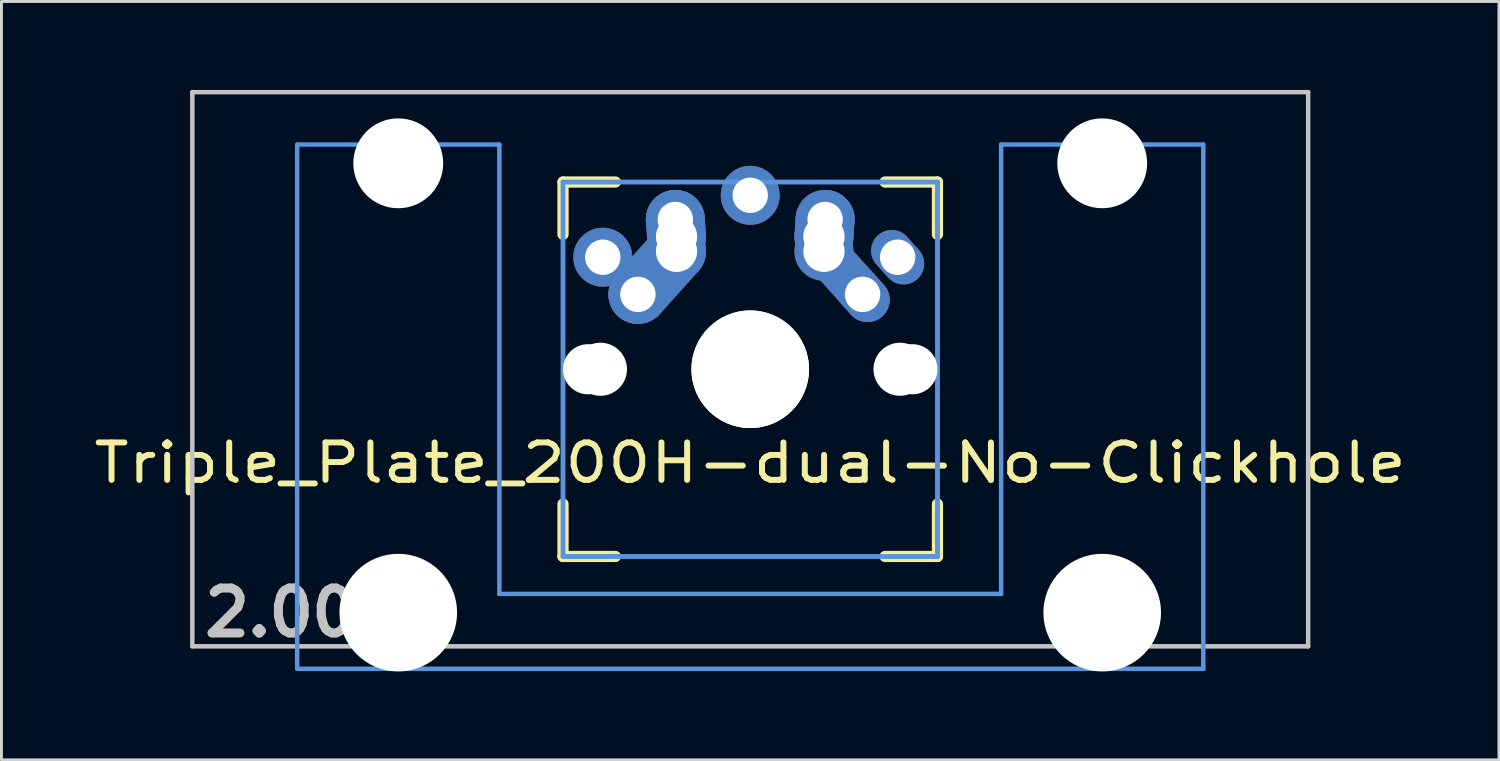
<source format=kicad_pcb>
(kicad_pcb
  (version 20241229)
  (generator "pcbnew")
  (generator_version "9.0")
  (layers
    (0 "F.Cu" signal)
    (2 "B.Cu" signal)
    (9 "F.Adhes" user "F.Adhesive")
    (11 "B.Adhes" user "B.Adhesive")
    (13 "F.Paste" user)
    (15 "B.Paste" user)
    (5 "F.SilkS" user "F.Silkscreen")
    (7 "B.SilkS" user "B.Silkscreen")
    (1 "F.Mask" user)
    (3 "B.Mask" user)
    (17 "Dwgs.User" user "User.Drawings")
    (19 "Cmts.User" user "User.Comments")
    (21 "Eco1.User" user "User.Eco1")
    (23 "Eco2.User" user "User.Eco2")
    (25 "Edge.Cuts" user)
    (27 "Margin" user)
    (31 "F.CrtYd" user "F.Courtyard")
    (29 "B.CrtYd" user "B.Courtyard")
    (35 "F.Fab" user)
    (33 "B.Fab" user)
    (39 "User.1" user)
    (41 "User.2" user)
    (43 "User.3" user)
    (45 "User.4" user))
  (footprint "Triple_Plate_200H-dual-No-Clickhole"
    (layer "F.Cu")
    (at 22.396 9.474)
    (property "Reference" "Triple_Plate_200H-dual-No-Clickhole" (at 0 3.175 0) (layer "F.SilkS") (effects (font (size 1.27 1.524) (thickness 0.203))))
    (attr through_hole)
    (fp_line (start -6.35 -6.35) (end -4.572 -6.35) (stroke (width 0.381) (type solid)) (layer "F.SilkS"))
    (fp_line (start -6.35 -4.572) (end -6.35 -6.35) (stroke (width 0.381) (type solid)) (layer "F.SilkS"))
    (fp_line (start -6.35 6.35) (end -6.35 4.572) (stroke (width 0.381) (type solid)) (layer "F.SilkS"))
    (fp_line (start -4.572 6.35) (end -6.35 6.35) (stroke (width 0.381) (type solid)) (layer "F.SilkS"))
    (fp_line (start 4.572 -6.35) (end 6.35 -6.35) (stroke (width 0.381) (type solid)) (layer "F.SilkS"))
    (fp_line (start 6.35 -6.35) (end 6.35 -4.572) (stroke (width 0.381) (type solid)) (layer "F.SilkS"))
    (fp_line (start 6.35 4.572) (end 6.35 6.35) (stroke (width 0.381) (type solid)) (layer "F.SilkS"))
    (fp_line (start 6.35 6.35) (end 4.572 6.35) (stroke (width 0.381) (type solid)) (layer "F.SilkS"))
    (fp_line (start -18.923 -9.398) (end 18.923 -9.398) (stroke (width 0.152) (type solid)) (layer "Dwgs.User"))
    (fp_line (start -18.923 9.398) (end -18.923 -9.398) (stroke (width 0.152) (type solid)) (layer "Dwgs.User"))
    (fp_line (start 18.923 -9.398) (end 18.923 9.398) (stroke (width 0.152) (type solid)) (layer "Dwgs.User"))
    (fp_line (start 18.923 9.398) (end -18.923 9.398) (stroke (width 0.152) (type solid)) (layer "Dwgs.User"))
    (fp_line (start -15.367 -7.62) (end -15.367 10.16) (stroke (width 0.152) (type solid)) (layer "Cmts.User"))
    (fp_line (start -15.367 10.16) (end 15.367 10.16) (stroke (width 0.152) (type solid)) (layer "Cmts.User"))
    (fp_line (start -8.509 -7.62) (end -15.367 -7.62) (stroke (width 0.152) (type solid)) (layer "Cmts.User"))
    (fp_line (start -8.509 7.62) (end -8.509 -7.62) (stroke (width 0.152) (type solid)) (layer "Cmts.User"))
    (fp_line (start -6.35 -6.35) (end 6.35 -6.35) (stroke (width 0.152) (type solid)) (layer "Cmts.User"))
    (fp_line (start -6.35 -6.35) (end 6.35 -6.35) (stroke (width 0.152) (type solid)) (layer "Cmts.User"))
    (fp_line (start -6.35 6.35) (end -6.35 -6.35) (stroke (width 0.152) (type solid)) (layer "Cmts.User"))
    (fp_line (start -6.35 6.35) (end -6.35 -6.35) (stroke (width 0.152) (type solid)) (layer "Cmts.User"))
    (fp_line (start 6.35 -6.35) (end 6.35 6.35) (stroke (width 0.152) (type solid)) (layer "Cmts.User"))
    (fp_line (start 6.35 -6.35) (end 6.35 6.35) (stroke (width 0.152) (type solid)) (layer "Cmts.User"))
    (fp_line (start 6.35 6.35) (end -6.35 6.35) (stroke (width 0.152) (type solid)) (layer "Cmts.User"))
    (fp_line (start 6.35 6.35) (end -6.35 6.35) (stroke (width 0.152) (type solid)) (layer "Cmts.User"))
    (fp_line (start 8.509 -7.62) (end 8.509 7.62) (stroke (width 0.152) (type solid)) (layer "Cmts.User"))
    (fp_line (start 8.509 7.62) (end -8.509 7.62) (stroke (width 0.152) (type solid)) (layer "Cmts.User"))
    (fp_line (start 15.367 -7.62) (end 8.509 -7.62) (stroke (width 0.152) (type solid)) (layer "Cmts.User"))
    (fp_line (start 15.367 10.16) (end 15.367 -7.62) (stroke (width 0.152) (type solid)) (layer "Cmts.User"))
    (fp_line (start -16.129 -2.286) (end -15.265 -2.286) (stroke (width 0.152) (type solid)) (layer "Eco2.User"))
    (fp_line (start -16.129 0.508) (end -16.129 -2.286) (stroke (width 0.152) (type solid)) (layer "Eco2.User"))
    (fp_line (start -15.265 -5.69) (end -8.611 -5.69) (stroke (width 0.152) (type solid)) (layer "Eco2.User"))
    (fp_line (start -15.265 -2.286) (end -15.265 -5.69) (stroke (width 0.152) (type solid)) (layer "Eco2.User"))
    (fp_line (start -15.265 0.508) (end -16.129 0.508) (stroke (width 0.152) (type solid)) (layer "Eco2.User"))
    (fp_line (start -15.265 6.604) (end -15.265 0.508) (stroke (width 0.152) (type solid)) (layer "Eco2.User"))
    (fp_line (start -14.224 6.604) (end -15.265 6.604) (stroke (width 0.152) (type solid)) (layer "Eco2.User"))
    (fp_line (start -14.224 7.772) (end -14.224 6.604) (stroke (width 0.152) (type solid)) (layer "Eco2.User"))
    (fp_line (start -9.652 6.604) (end -9.652 7.772) (stroke (width 0.152) (type solid)) (layer "Eco2.User"))
    (fp_line (start -9.652 7.772) (end -14.224 7.772) (stroke (width 0.152) (type solid)) (layer "Eco2.User"))
    (fp_line (start -8.611 -5.69) (end -8.611 -4.877) (stroke (width 0.152) (type solid)) (layer "Eco2.User"))
    (fp_line (start -8.611 -4.877) (end -6.985 -4.877) (stroke (width 0.152) (type solid)) (layer "Eco2.User"))
    (fp_line (start -8.611 5.817) (end -8.611 6.604) (stroke (width 0.152) (type solid)) (layer "Eco2.User"))
    (fp_line (start -8.611 6.604) (end -9.652 6.604) (stroke (width 0.152) (type solid)) (layer "Eco2.User"))
    (fp_line (start -6.985 -6.985) (end 6.985 -6.985) (stroke (width 0.152) (type solid)) (layer "Eco2.User"))
    (fp_line (start -6.985 -6.985) (end 6.985 -6.985) (stroke (width 0.152) (type solid)) (layer "Eco2.User"))
    (fp_line (start -6.985 -4.877) (end -6.985 -6.985) (stroke (width 0.152) (type solid)) (layer "Eco2.User"))
    (fp_line (start -6.985 5.817) (end -8.611 5.817) (stroke (width 0.152) (type solid)) (layer "Eco2.User"))
    (fp_line (start -6.985 6.985) (end -6.985 -6.985) (stroke (width 0.152) (type solid)) (layer "Eco2.User"))
    (fp_line (start -6.985 6.985) (end -6.985 5.817) (stroke (width 0.152) (type solid)) (layer "Eco2.User"))
    (fp_line (start 6.985 -6.985) (end 6.985 -4.877) (stroke (width 0.152) (type solid)) (layer "Eco2.User"))
    (fp_line (start 6.985 -6.985) (end 6.985 6.985) (stroke (width 0.152) (type solid)) (layer "Eco2.User"))
    (fp_line (start 6.985 -4.877) (end 8.611 -4.877) (stroke (width 0.152) (type solid)) (layer "Eco2.User"))
    (fp_line (start 6.985 5.817) (end 6.985 6.985) (stroke (width 0.152) (type solid)) (layer "Eco2.User"))
    (fp_line (start 6.985 6.985) (end -6.985 6.985) (stroke (width 0.152) (type solid)) (layer "Eco2.User"))
    (fp_line (start 6.985 6.985) (end -6.985 6.985) (stroke (width 0.152) (type solid)) (layer "Eco2.User"))
    (fp_line (start 8.611 -5.69) (end 15.265 -5.69) (stroke (width 0.152) (type solid)) (layer "Eco2.User"))
    (fp_line (start 8.611 -4.877) (end 8.611 -5.69) (stroke (width 0.152) (type solid)) (layer "Eco2.User"))
    (fp_line (start 8.611 5.817) (end 6.985 5.817) (stroke (width 0.152) (type solid)) (layer "Eco2.User"))
    (fp_line (start 8.611 6.604) (end 8.611 5.817) (stroke (width 0.152) (type solid)) (layer "Eco2.User"))
    (fp_line (start 9.652 6.604) (end 8.611 6.604) (stroke (width 0.152) (type solid)) (layer "Eco2.User"))
    (fp_line (start 9.652 7.772) (end 9.652 6.604) (stroke (width 0.152) (type solid)) (layer "Eco2.User"))
    (fp_line (start 14.224 6.604) (end 14.224 7.772) (stroke (width 0.152) (type solid)) (layer "Eco2.User"))
    (fp_line (start 14.224 7.772) (end 9.652 7.772) (stroke (width 0.152) (type solid)) (layer "Eco2.User"))
    (fp_line (start 15.265 -5.69) (end 15.265 -2.286) (stroke (width 0.152) (type solid)) (layer "Eco2.User"))
    (fp_line (start 15.265 -2.286) (end 16.129 -2.286) (stroke (width 0.152) (type solid)) (layer "Eco2.User"))
    (fp_line (start 15.265 0.508) (end 15.265 6.604) (stroke (width 0.152) (type solid)) (layer "Eco2.User"))
    (fp_line (start 15.265 6.604) (end 14.224 6.604) (stroke (width 0.152) (type solid)) (layer "Eco2.User"))
    (fp_line (start 16.129 -2.286) (end 16.129 0.508) (stroke (width 0.152) (type solid)) (layer "Eco2.User"))
    (fp_line (start 16.129 0.508) (end 15.265 0.508) (stroke (width 0.152) (type solid)) (layer "Eco2.User"))
    (fp_text user "2.00u" (at -15.24 8.255 0) (layer "Dwgs.User") (effects (font (size 1.524 1.524) (thickness 0.305))))
    (pad "" np_thru_hole circle (at -11.938 -6.985) (size 3.048 3.048) (drill 3.048) (layers "*.Cu"))
    (pad "" np_thru_hole circle (at -11.938 8.255) (size 3.988 3.988) (drill 3.988) (layers "*.Cu"))
    (pad "" np_thru_hole circle (at -5.5 0) (size 1.7 1.7) (drill 1.7) (layers "*.Cu"))
    (pad "" np_thru_hole circle (at -5.08 0) (size 1.8 1.8) (drill 1.8) (layers "*.Cu"))
    (pad "" np_thru_hole circle (at 0 0) (size 3.988 3.988) (drill 3.988) (layers "*.Cu"))
    (pad "" np_thru_hole circle (at 0 0) (size 3.988 3.988) (drill 3.988) (layers "*.Cu"))
    (pad "" np_thru_hole circle (at 5.08 0) (size 1.8 1.8) (drill 1.8) (layers "*.Cu"))
    (pad "" np_thru_hole circle (at 5.5 0) (size 1.7 1.7) (drill 1.7) (layers "*.Cu"))
    (pad "" np_thru_hole circle (at 11.938 -6.985) (size 3.048 3.048) (drill 3.048) (layers "*.Cu"))
    (pad "" np_thru_hole circle (at 11.938 8.255) (size 3.988 3.988) (drill 3.988) (layers "*.Cu"))
    (pad "1" thru_hole circle (at -5 -3.8 138.1) (size 2 2) (drill 1.2) (layers "*.Cu" "*.Mask"))
    (pad "1" thru_hole circle (at -3.81 -2.54) (size 2 2) (drill oval 1.2) (layers "*.Cu" "*.Mask"))
    (pad "1" smd oval (at -3.155 -3.27 138.1) (size 2 3.962) (layers "F.Cu" "F.Mask" "F.Paste"))
    (pad "1" smd oval (at -3.155 -3.27 138.1) (size 2 3.962) (layers "B.Cu" "B.Mask" "B.Paste"))
    (pad "1" thru_hole circle (at -2.54 -5.08 330.95) (size 2 2) (drill 1.2) (layers "*.Cu" "*.Mask"))
    (pad "1" smd oval (at -2.52 -4.79 3.945) (size 2 2.581) (layers "F.Cu" "F.Mask" "F.Paste"))
    (pad "1" smd oval (at -2.52 -4.79 3.945) (size 2 2.581) (layers "B.Cu" "B.Mask" "B.Paste"))
    (pad "1" thru_hole circle (at -2.5 -4.5 330.95) (size 2 2) (drill 1.4) (layers "*.Cu" "*.Mask"))
    (pad "1" thru_hole circle (at -2.5 -4 330.95) (size 2 2) (drill 1.4) (layers "*.Cu" "*.Mask"))
    (pad "1" thru_hole oval (at 5 -3.8 221.9) (size 1.4 2) (drill 1.2) (layers "*.Cu" "*.Mask"))
    (pad "2" thru_hole circle (at 0 -5.9) (size 2 2) (drill 1.2) (layers "*.Cu" "*.Mask"))
    (pad "2" thru_hole circle (at 2.5 -4.5 330.95) (size 2 2) (drill 1.4) (layers "*.Cu" "*.Mask"))
    (pad "2" thru_hole circle (at 2.5 -4) (size 2 2) (drill 1.4) (layers "*.Cu" "*.Mask"))
    (pad "2" smd oval (at 2.52 -4.79 356.055) (size 2 2.581) (layers "F.Cu" "F.Mask" "F.Paste"))
    (pad "2" smd oval (at 2.52 -4.79 356.055) (size 2 2.581) (layers "B.Cu" "B.Mask" "B.Paste"))
    (pad "2" thru_hole circle (at 2.54 -5.08 330.95) (size 2 2) (drill 1.2) (layers "*.Cu" "*.Mask"))
    (pad "2" smd oval (at 3.155 -3.27 221.9) (size 1.5 3.962) (layers "F.Cu" "F.Mask" "F.Paste"))
    (pad "2" smd oval (at 3.155 -3.27 221.9) (size 1.5 3.962) (layers "B.Cu" "B.Mask" "B.Paste"))
    (pad "2" thru_hole oval (at 3.81 -2.54 311.9) (size 2 1.5) (drill 1.2) (layers "*.Cu" "*.Mask")))
  (gr_rect
    (start -3 -3)
    (end 47.791 22.723)
    (stroke (width 0.1) (type default))
    (fill no)
    (layer "Edge.Cuts")))
</source>
